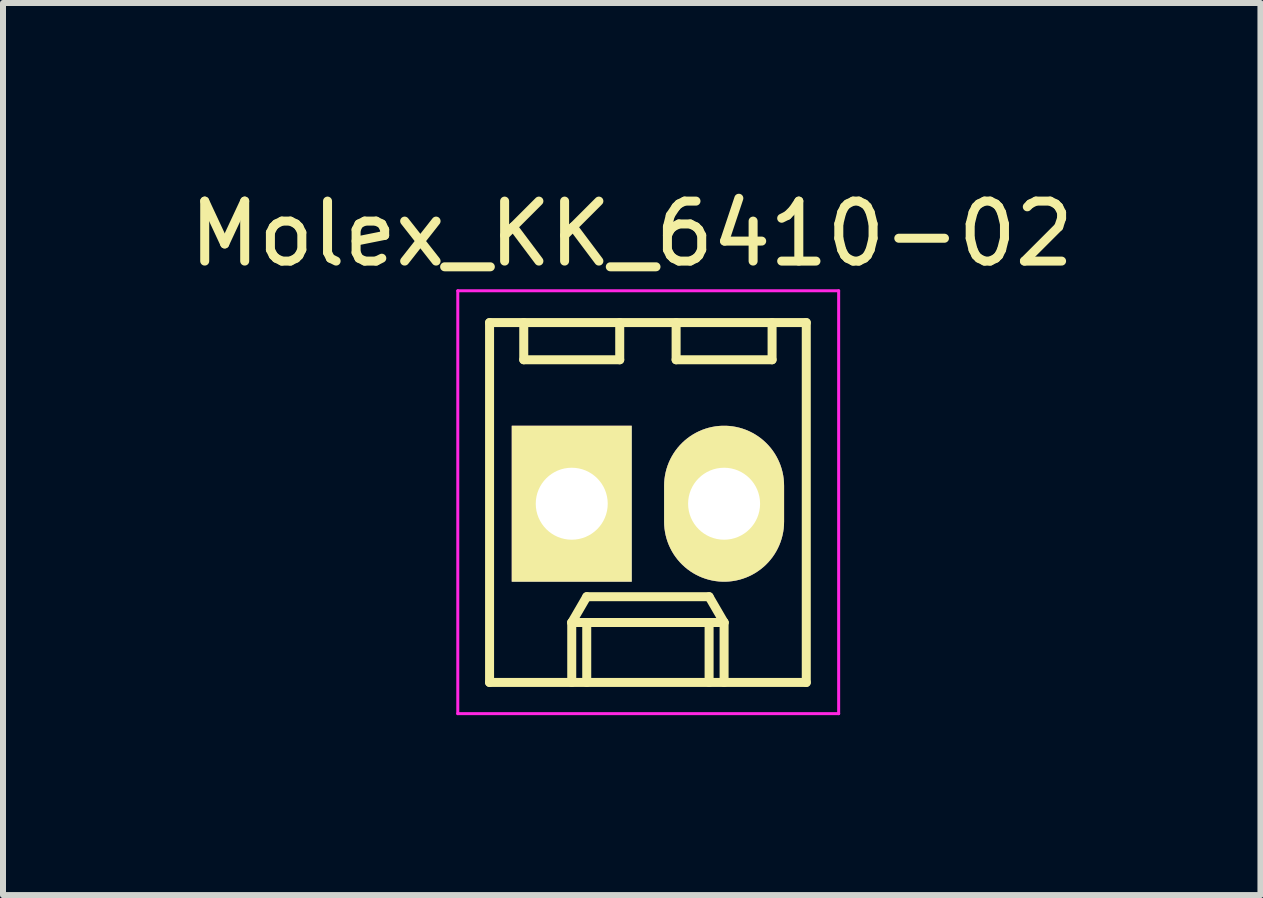
<source format=kicad_pcb>
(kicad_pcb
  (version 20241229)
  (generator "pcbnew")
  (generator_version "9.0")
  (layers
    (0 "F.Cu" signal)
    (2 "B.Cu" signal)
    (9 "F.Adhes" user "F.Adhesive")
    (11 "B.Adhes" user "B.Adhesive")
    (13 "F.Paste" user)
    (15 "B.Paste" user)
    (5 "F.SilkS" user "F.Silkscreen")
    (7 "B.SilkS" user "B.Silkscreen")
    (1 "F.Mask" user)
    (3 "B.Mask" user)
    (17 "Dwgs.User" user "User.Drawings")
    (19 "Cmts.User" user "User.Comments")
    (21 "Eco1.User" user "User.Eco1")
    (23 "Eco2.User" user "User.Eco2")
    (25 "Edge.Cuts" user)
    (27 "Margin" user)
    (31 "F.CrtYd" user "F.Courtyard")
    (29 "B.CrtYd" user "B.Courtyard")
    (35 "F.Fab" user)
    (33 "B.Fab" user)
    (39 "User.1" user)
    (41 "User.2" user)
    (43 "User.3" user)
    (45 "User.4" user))
  (footprint "Molex_KK_6410-02"
    (layer "F.Cu")
    (at 6.482 5.348)
    (property "Reference" "Molex_KK_6410-02" (at 1 -4.5 0) (layer "F.SilkS") (effects (font (size 1 1) (thickness 0.15))))
    (attr through_hole)
    (fp_line (start -1.37 -3.02) (end -1.37 2.98) (stroke (width 0.15) (type solid)) (layer "F.SilkS"))
    (fp_line (start -1.37 2.98) (end 3.91 2.98) (stroke (width 0.15) (type solid)) (layer "F.SilkS"))
    (fp_line (start -0.8 -3.02) (end -0.8 -2.4) (stroke (width 0.15) (type solid)) (layer "F.SilkS"))
    (fp_line (start -0.8 -2.4) (end 0.8 -2.4) (stroke (width 0.15) (type solid)) (layer "F.SilkS"))
    (fp_line (start 0 1.98) (end 0.25 1.55) (stroke (width 0.15) (type solid)) (layer "F.SilkS"))
    (fp_line (start 0 1.98) (end 2.54 1.98) (stroke (width 0.15) (type solid)) (layer "F.SilkS"))
    (fp_line (start 0 2.98) (end 0 1.98) (stroke (width 0.15) (type solid)) (layer "F.SilkS"))
    (fp_line (start 0.25 1.55) (end 2.29 1.55) (stroke (width 0.15) (type solid)) (layer "F.SilkS"))
    (fp_line (start 0.25 2.98) (end 0.25 1.98) (stroke (width 0.15) (type solid)) (layer "F.SilkS"))
    (fp_line (start 0.8 -2.4) (end 0.8 -3.02) (stroke (width 0.15) (type solid)) (layer "F.SilkS"))
    (fp_line (start 1.74 -3.02) (end 1.74 -2.4) (stroke (width 0.15) (type solid)) (layer "F.SilkS"))
    (fp_line (start 1.74 -2.4) (end 3.34 -2.4) (stroke (width 0.15) (type solid)) (layer "F.SilkS"))
    (fp_line (start 2.29 1.55) (end 2.54 1.98) (stroke (width 0.15) (type solid)) (layer "F.SilkS"))
    (fp_line (start 2.29 2.98) (end 2.29 1.98) (stroke (width 0.15) (type solid)) (layer "F.SilkS"))
    (fp_line (start 2.54 1.98) (end 2.54 2.98) (stroke (width 0.15) (type solid)) (layer "F.SilkS"))
    (fp_line (start 3.34 -2.4) (end 3.34 -3.02) (stroke (width 0.15) (type solid)) (layer "F.SilkS"))
    (fp_line (start 3.91 -3.02) (end -1.37 -3.02) (stroke (width 0.15) (type solid)) (layer "F.SilkS"))
    (fp_line (start 3.91 2.98) (end 3.91 -3.02) (stroke (width 0.15) (type solid)) (layer "F.SilkS"))
    (fp_line (start -1.9 -3.55) (end 4.45 -3.55) (stroke (width 0.05) (type solid)) (layer "F.CrtYd"))
    (fp_line (start -1.9 3.5) (end -1.9 -3.55) (stroke (width 0.05) (type solid)) (layer "F.CrtYd"))
    (fp_line (start 4.45 -3.55) (end 4.45 3.5) (stroke (width 0.05) (type solid)) (layer "F.CrtYd"))
    (fp_line (start 4.45 3.5) (end -1.9 3.5) (stroke (width 0.05) (type solid)) (layer "F.CrtYd"))
    (pad "1" thru_hole rect (at 0 0) (size 2 2.6) (drill 1.2) (layers "*.Cu" "*.Mask" "F.SilkS"))
    (pad "2" thru_hole oval (at 2.54 0) (size 2 2.6) (drill 1.2) (layers "*.Cu" "*.Mask" "F.SilkS")))
  (gr_rect
    (start -3 -3)
    (end 17.964 11.873)
    (stroke (width 0.1) (type default))
    (fill no)
    (layer "Edge.Cuts")))
</source>
